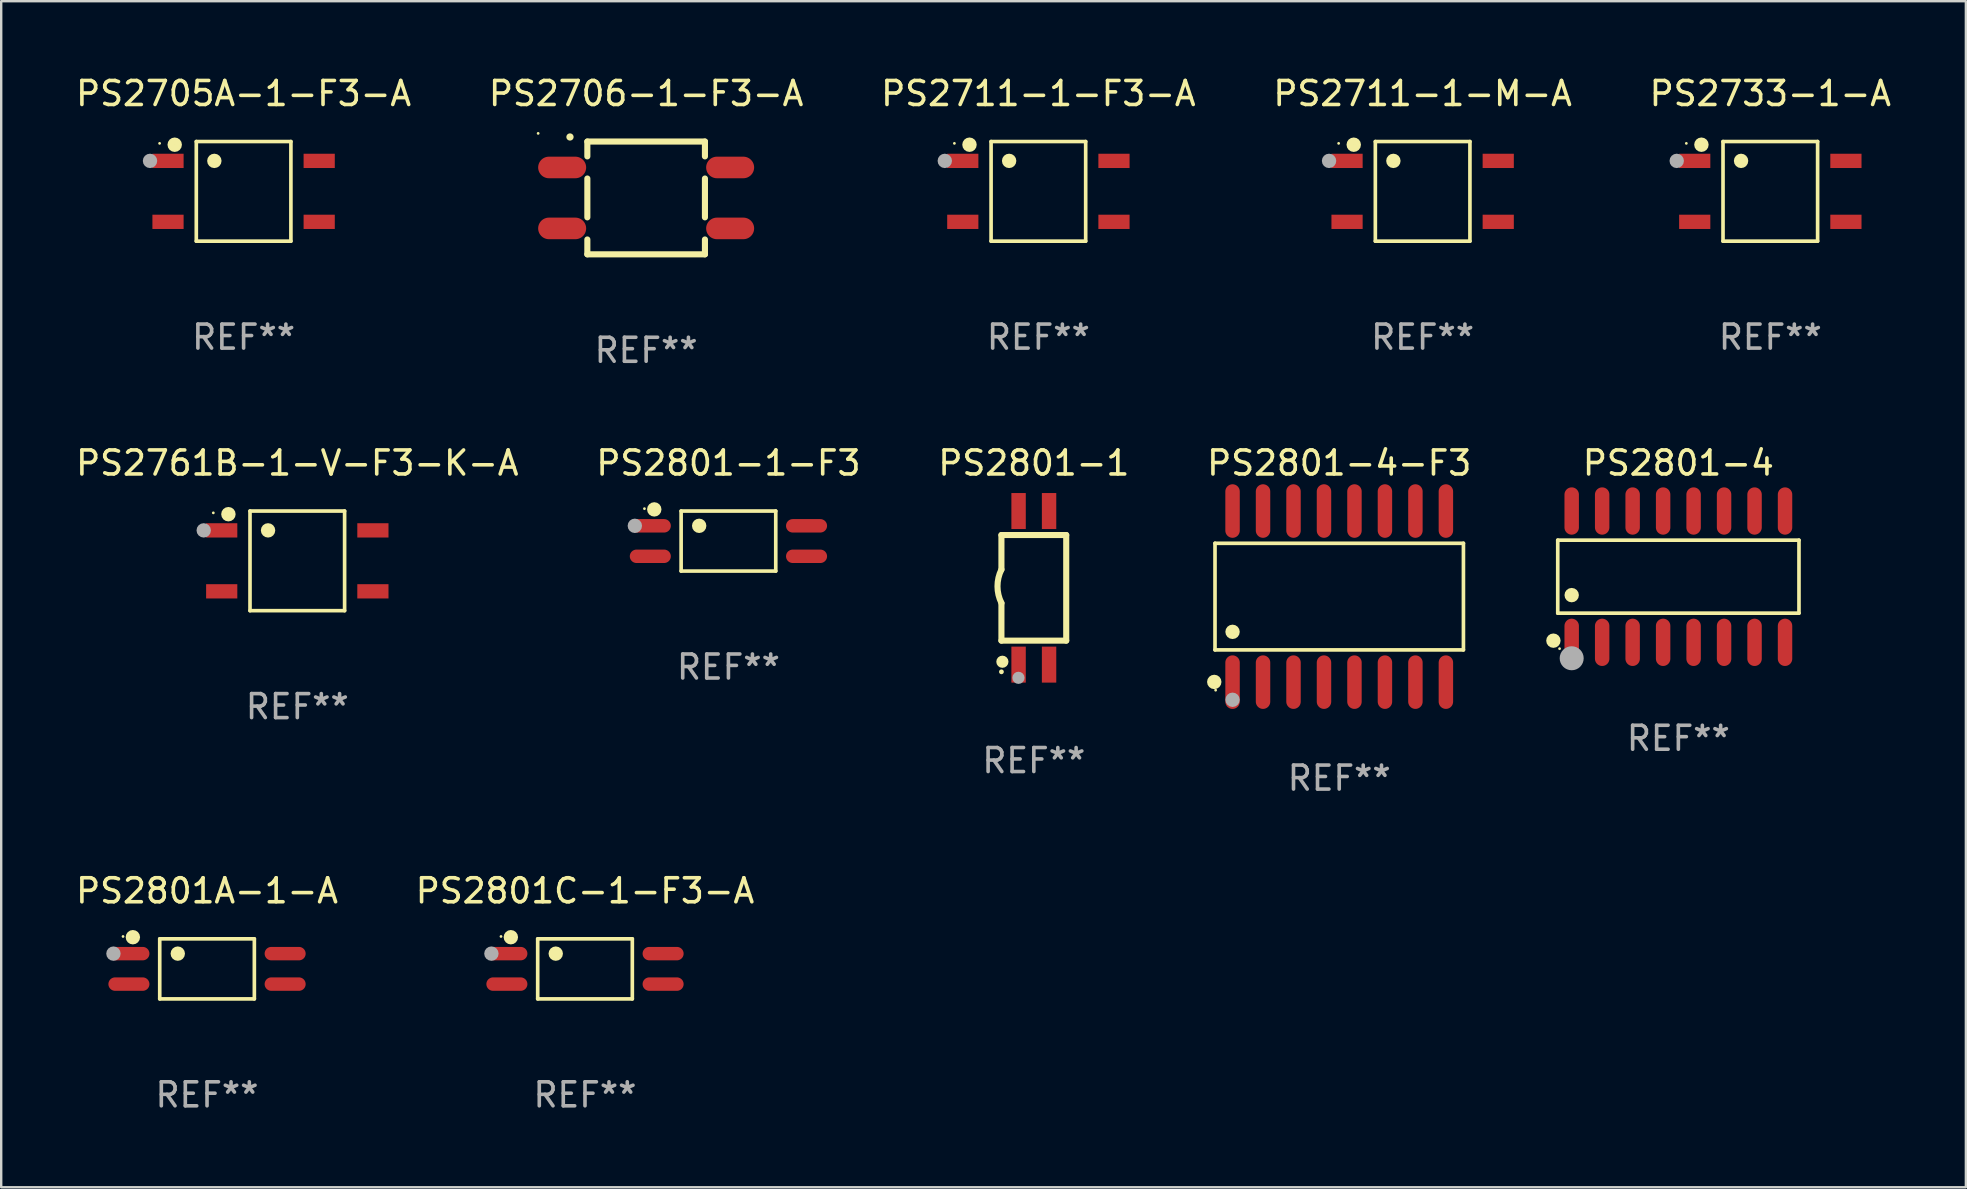
<source format=kicad_pcb>
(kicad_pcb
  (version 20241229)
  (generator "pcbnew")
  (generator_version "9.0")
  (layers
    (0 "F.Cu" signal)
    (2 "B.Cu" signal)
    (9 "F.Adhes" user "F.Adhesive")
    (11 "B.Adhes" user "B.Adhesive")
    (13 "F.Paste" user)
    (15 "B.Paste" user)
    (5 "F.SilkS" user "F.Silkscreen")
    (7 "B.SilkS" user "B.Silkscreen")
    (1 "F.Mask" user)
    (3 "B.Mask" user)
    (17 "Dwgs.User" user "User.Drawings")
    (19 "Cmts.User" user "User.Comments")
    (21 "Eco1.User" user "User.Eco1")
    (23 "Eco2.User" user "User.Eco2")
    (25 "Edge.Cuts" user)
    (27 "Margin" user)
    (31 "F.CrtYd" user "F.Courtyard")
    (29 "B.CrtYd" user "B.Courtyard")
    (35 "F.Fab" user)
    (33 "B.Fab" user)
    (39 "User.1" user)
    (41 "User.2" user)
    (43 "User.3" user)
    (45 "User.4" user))
  (footprint "PS2801-1"
    (layer "F.Cu")
    (at 40.03 21.445)
    (property "Reference" "PS2801-1" (at 0 -5.2 0) (layer "F.SilkS") (effects (font (size 1 1) (thickness 0.15))))
    (attr through_hole)
    (fp_line (start -1.35 2.2) (end -1.35 0.635) (stroke (width 0.254) (type solid)) (layer "F.SilkS"))
    (fp_line (start -1.35 -2.2) (end -1.35 -0.762) (stroke (width 0.254) (type solid)) (layer "F.SilkS"))
    (fp_line (start -1.35 -2.2) (end 1.35 -2.2) (stroke (width 0.254) (type solid)) (layer "F.SilkS"))
    (fp_line (start 1.35 -2.2) (end 1.35 2.2) (stroke (width 0.254) (type solid)) (layer "F.SilkS"))
    (fp_line (start 1.35 2.2) (end -1.35 2.2) (stroke (width 0.254) (type solid)) (layer "F.SilkS"))
    (fp_arc (start -1.348731 0.635001) (mid -1.51405 -0.063354) (end -1.349975 -0.762002) (stroke (width 0.254001) (type solid)) (layer "F.SilkS"))
    (fp_circle (center -1.35 3.5) (end -1.3 3.5) (stroke (width 0.1) (type solid)) (fill no) (layer "F.SilkS"))
    (fp_circle (center -1.31 3.08) (end -1.183 3.08) (stroke (width 0.254) (type solid)) (fill no) (layer "F.SilkS"))
    (fp_circle (center -0.64 3.75) (end -0.513 3.75) (stroke (width 0.254) (type solid)) (fill no) (layer "F.Fab"))
    (fp_text user "REF**" (at 0 7.2 0) (layer "F.Fab") (effects (font (size 1 1) (thickness 0.15))))
    (pad "1" smd rect (at -0.635 3.2 180) (size 0.6 1.5) (layers "F.Cu" "F.Mask" "F.Paste"))
    (pad "2" smd rect (at 0.635 3.2 180) (size 0.6 1.5) (layers "F.Cu" "F.Mask" "F.Paste"))
    (pad "3" smd rect (at 0.635 -3.2 180) (size 0.6 1.5) (layers "F.Cu" "F.Mask" "F.Paste"))
    (pad "4" smd rect (at -0.635 -3.2 180) (size 0.6 1.5) (layers "F.Cu" "F.Mask" "F.Paste")))
  (footprint "PS2801-4"
    (layer "F.Cu")
    (at 66.888 20.98)
    (property "Reference" "PS2801-4" (at 0 -4.736 0) (layer "F.SilkS") (effects (font (size 1 1) (thickness 0.15))))
    (attr through_hole)
    (fp_line (start -5.026 -1.521) (end 5.026 -1.521) (stroke (width 0.152) (type solid)) (layer "F.SilkS"))
    (fp_line (start -5.026 1.521) (end -5.026 -1.521) (stroke (width 0.152) (type solid)) (layer "F.SilkS"))
    (fp_line (start 5.026 -1.521) (end 5.026 1.521) (stroke (width 0.152) (type solid)) (layer "F.SilkS"))
    (fp_line (start 5.026 1.521) (end -5.026 1.521) (stroke (width 0.152) (type solid)) (layer "F.SilkS"))
    (fp_circle (center -5.207 2.667) (end -5.057 2.667) (stroke (width 0.3) (type solid)) (fill no) (layer "F.SilkS"))
    (fp_circle (center -4.95 3) (end -4.92 3) (stroke (width 0.06) (type solid)) (fill no) (layer "F.SilkS"))
    (fp_circle (center -4.445 0.769) (end -4.295 0.769) (stroke (width 0.3) (type solid)) (fill no) (layer "F.SilkS"))
    (fp_circle (center -4.445 3.4) (end -4.195 3.4) (stroke (width 0.5) (type solid)) (fill no) (layer "F.Fab"))
    (fp_text user "REF**" (at 0 6.736 0) (layer "F.Fab") (effects (font (size 1 1) (thickness 0.15))))
    (pad "1" smd oval (at -4.445 2.736) (size 0.602 1.971) (layers "F.Cu" "F.Mask" "F.Paste"))
    (pad "2" smd oval (at -3.175 2.736) (size 0.602 1.971) (layers "F.Cu" "F.Mask" "F.Paste"))
    (pad "3" smd oval (at -1.905 2.736) (size 0.602 1.971) (layers "F.Cu" "F.Mask" "F.Paste"))
    (pad "4" smd oval (at -0.635 2.736) (size 0.602 1.971) (layers "F.Cu" "F.Mask" "F.Paste"))
    (pad "5" smd oval (at 0.635 2.736) (size 0.602 1.971) (layers "F.Cu" "F.Mask" "F.Paste"))
    (pad "6" smd oval (at 1.905 2.736) (size 0.602 1.971) (layers "F.Cu" "F.Mask" "F.Paste"))
    (pad "7" smd oval (at 3.175 2.736) (size 0.602 1.971) (layers "F.Cu" "F.Mask" "F.Paste"))
    (pad "8" smd oval (at 4.445 2.736) (size 0.602 1.971) (layers "F.Cu" "F.Mask" "F.Paste"))
    (pad "9" smd oval (at 4.445 -2.736) (size 0.602 1.971) (layers "F.Cu" "F.Mask" "F.Paste"))
    (pad "10" smd oval (at 3.175 -2.736) (size 0.602 1.971) (layers "F.Cu" "F.Mask" "F.Paste"))
    (pad "11" smd oval (at 1.905 -2.736) (size 0.602 1.971) (layers "F.Cu" "F.Mask" "F.Paste"))
    (pad "12" smd oval (at 0.635 -2.736) (size 0.602 1.971) (layers "F.Cu" "F.Mask" "F.Paste"))
    (pad "13" smd oval (at -0.635 -2.736) (size 0.602 1.971) (layers "F.Cu" "F.Mask" "F.Paste"))
    (pad "14" smd oval (at -1.905 -2.736) (size 0.602 1.971) (layers "F.Cu" "F.Mask" "F.Paste"))
    (pad "15" smd oval (at -3.175 -2.736) (size 0.602 1.971) (layers "F.Cu" "F.Mask" "F.Paste"))
    (pad "16" smd oval (at -4.445 -2.736) (size 0.602 1.971) (layers "F.Cu" "F.Mask" "F.Paste")))
  (footprint "PS2801-1-F3"
    (layer "F.Cu")
    (at 27.304 19.496)
    (property "Reference" "PS2801-1-F3" (at 0 -3.251 0) (layer "F.SilkS") (effects (font (size 1 1) (thickness 0.15))))
    (attr through_hole)
    (fp_line (start -1.971 -1.251) (end 1.972 -1.251) (stroke (width 0.152) (type solid)) (layer "F.SilkS"))
    (fp_line (start -1.971 1.251) (end -1.971 -1.251) (stroke (width 0.152) (type solid)) (layer "F.SilkS"))
    (fp_line (start 1.972 -1.251) (end 1.972 1.251) (stroke (width 0.152) (type solid)) (layer "F.SilkS"))
    (fp_line (start 1.972 1.251) (end -1.971 1.251) (stroke (width 0.152) (type solid)) (layer "F.SilkS"))
    (fp_circle (center -3.5 -1.35) (end -3.47 -1.35) (stroke (width 0.06) (type solid)) (fill no) (layer "F.SilkS"))
    (fp_circle (center -3.09 -1.319) (end -2.94 -1.319) (stroke (width 0.3) (type solid)) (fill no) (layer "F.SilkS"))
    (fp_circle (center -1.219 -0.635) (end -1.069 -0.635) (stroke (width 0.3) (type solid)) (fill no) (layer "F.SilkS"))
    (fp_circle (center -3.9 -0.635) (end -3.75 -0.635) (stroke (width 0.3) (type solid)) (fill no) (layer "F.Fab"))
    (fp_text user "REF**" (at 0 5.251 0) (layer "F.Fab") (effects (font (size 1 1) (thickness 0.15))))
    (pad "1" smd oval (at -3.255 -0.635 270) (size 0.56 1.71) (layers "F.Cu" "F.Mask" "F.Paste"))
    (pad "2" smd oval (at -3.255 0.635 270) (size 0.56 1.71) (layers "F.Cu" "F.Mask" "F.Paste"))
    (pad "3" smd oval (at 3.255 0.635 270) (size 0.56 1.71) (layers "F.Cu" "F.Mask" "F.Paste"))
    (pad "4" smd oval (at 3.255 -0.635 270) (size 0.56 1.71) (layers "F.Cu" "F.Mask" "F.Paste")))
  (footprint "PS2706-1-F3-A"
    (layer "F.Cu")
    (at 23.875 5.198)
    (property "Reference" "PS2706-1-F3-A" (at 0 -4.35 0) (layer "F.SilkS") (effects (font (size 1 1) (thickness 0.15))))
    (attr through_hole)
    (fp_line (start -2.45 -2.35) (end -2.45 -1.731) (stroke (width 0.254) (type solid)) (layer "F.SilkS"))
    (fp_line (start -2.45 -0.809) (end -2.45 0.809) (stroke (width 0.254) (type solid)) (layer "F.SilkS"))
    (fp_line (start -2.45 1.731) (end -2.45 2.35) (stroke (width 0.254) (type solid)) (layer "F.SilkS"))
    (fp_line (start 2.45 -2.35) (end -2.45 -2.35) (stroke (width 0.254) (type solid)) (layer "F.SilkS"))
    (fp_line (start 2.45 -2.35) (end 2.45 -1.731) (stroke (width 0.254) (type solid)) (layer "F.SilkS"))
    (fp_line (start 2.45 -0.809) (end 2.45 0.809) (stroke (width 0.254) (type solid)) (layer "F.SilkS"))
    (fp_line (start 2.45 1.731) (end 2.45 2.35) (stroke (width 0.254) (type solid)) (layer "F.SilkS"))
    (fp_line (start 2.45 2.35) (end -2.45 2.35) (stroke (width 0.254) (type solid)) (layer "F.SilkS"))
    (fp_arc (start -3.174879 -2.540005) (mid -3.173609 -2.54001) (end -3.172339 -2.540005) (stroke (width 0.3) (type solid)) (layer "F.SilkS"))
    (fp_circle (center -4.5 -2.69) (end -4.47 -2.69) (stroke (width 0.06) (type solid)) (fill no) (layer "F.SilkS"))
    (fp_text user "REF**" (at 0 6.35 0) (layer "F.Fab") (effects (font (size 1 1) (thickness 0.15))))
    (pad "1" smd oval (at -3.5 -1.27 90) (size 0.9 2) (layers "F.Cu" "F.Mask" "F.Paste"))
    (pad "2" smd oval (at -3.5 1.27 90) (size 0.9 2) (layers "F.Cu" "F.Mask" "F.Paste"))
    (pad "3" smd oval (at 3.5 1.27 90) (size 0.9 2) (layers "F.Cu" "F.Mask" "F.Paste"))
    (pad "4" smd oval (at 3.5 -1.27 90) (size 0.9 2) (layers "F.Cu" "F.Mask" "F.Paste")))
  (footprint "PS2801-4-F3"
    (layer "F.Cu")
    (at 52.756 21.81)
    (property "Reference" "PS2801-4-F3" (at 0 -5.565 0) (layer "F.SilkS") (effects (font (size 1 1) (thickness 0.15))))
    (attr through_hole)
    (fp_line (start -5.176 -2.221) (end 5.176 -2.221) (stroke (width 0.152) (type solid)) (layer "F.SilkS"))
    (fp_line (start -5.176 2.221) (end -5.176 -2.221) (stroke (width 0.152) (type solid)) (layer "F.SilkS"))
    (fp_line (start 5.176 -2.221) (end 5.176 2.221) (stroke (width 0.152) (type solid)) (layer "F.SilkS"))
    (fp_line (start 5.176 2.221) (end -5.176 2.221) (stroke (width 0.152) (type solid)) (layer "F.SilkS"))
    (fp_circle (center -5.207 3.556) (end -5.057 3.556) (stroke (width 0.3) (type solid)) (fill no) (layer "F.SilkS"))
    (fp_circle (center -5.15 3.9) (end -5.12 3.9) (stroke (width 0.06) (type solid)) (fill no) (layer "F.SilkS"))
    (fp_circle (center -4.445 1.469) (end -4.295 1.469) (stroke (width 0.3) (type solid)) (fill no) (layer "F.SilkS"))
    (fp_circle (center -4.445 4.3) (end -4.295 4.3) (stroke (width 0.3) (type solid)) (fill no) (layer "F.Fab"))
    (fp_text user "REF**" (at 0 7.565 0) (layer "F.Fab") (effects (font (size 1 1) (thickness 0.15))))
    (pad "1" smd oval (at -4.445 3.565) (size 0.602 2.231) (layers "F.Cu" "F.Mask" "F.Paste"))
    (pad "2" smd oval (at -3.175 3.565) (size 0.602 2.231) (layers "F.Cu" "F.Mask" "F.Paste"))
    (pad "3" smd oval (at -1.905 3.565) (size 0.602 2.231) (layers "F.Cu" "F.Mask" "F.Paste"))
    (pad "4" smd oval (at -0.635 3.565) (size 0.602 2.231) (layers "F.Cu" "F.Mask" "F.Paste"))
    (pad "5" smd oval (at 0.635 3.565) (size 0.602 2.231) (layers "F.Cu" "F.Mask" "F.Paste"))
    (pad "6" smd oval (at 1.905 3.565) (size 0.602 2.231) (layers "F.Cu" "F.Mask" "F.Paste"))
    (pad "7" smd oval (at 3.175 3.565) (size 0.602 2.231) (layers "F.Cu" "F.Mask" "F.Paste"))
    (pad "8" smd oval (at 4.445 3.565) (size 0.602 2.231) (layers "F.Cu" "F.Mask" "F.Paste"))
    (pad "9" smd oval (at 4.445 -3.565) (size 0.602 2.231) (layers "F.Cu" "F.Mask" "F.Paste"))
    (pad "10" smd oval (at 3.175 -3.565) (size 0.602 2.231) (layers "F.Cu" "F.Mask" "F.Paste"))
    (pad "11" smd oval (at 1.905 -3.565) (size 0.602 2.231) (layers "F.Cu" "F.Mask" "F.Paste"))
    (pad "12" smd oval (at 0.635 -3.565) (size 0.602 2.231) (layers "F.Cu" "F.Mask" "F.Paste"))
    (pad "13" smd oval (at -0.635 -3.565) (size 0.602 2.231) (layers "F.Cu" "F.Mask" "F.Paste"))
    (pad "14" smd oval (at -1.905 -3.565) (size 0.602 2.231) (layers "F.Cu" "F.Mask" "F.Paste"))
    (pad "15" smd oval (at -3.175 -3.565) (size 0.602 2.231) (layers "F.Cu" "F.Mask" "F.Paste"))
    (pad "16" smd oval (at -4.445 -3.565) (size 0.602 2.231) (layers "F.Cu" "F.Mask" "F.Paste")))
  (footprint "PS2733-1-A"
    (layer "F.Cu")
    (at 70.72 4.924)
    (property "Reference" "PS2733-1-A" (at 0 -4.076 0) (layer "F.SilkS") (effects (font (size 1 1) (thickness 0.15))))
    (attr through_hole)
    (fp_line (start -1.971 -2.076) (end 1.971 -2.076) (stroke (width 0.152) (type solid)) (layer "F.SilkS"))
    (fp_line (start -1.971 2.076) (end -1.971 -2.076) (stroke (width 0.152) (type solid)) (layer "F.SilkS"))
    (fp_line (start 1.971 -2.076) (end 1.971 2.076) (stroke (width 0.152) (type solid)) (layer "F.SilkS"))
    (fp_line (start 1.971 2.076) (end -1.971 2.076) (stroke (width 0.152) (type solid)) (layer "F.SilkS"))
    (fp_circle (center -3.5 -2) (end -3.47 -2) (stroke (width 0.06) (type solid)) (fill no) (layer "F.SilkS"))
    (fp_circle (center -2.871 -1.944) (end -2.72 -1.944) (stroke (width 0.3) (type solid)) (fill no) (layer "F.SilkS"))
    (fp_circle (center -1.219 -1.27) (end -1.069 -1.27) (stroke (width 0.3) (type solid)) (fill no) (layer "F.SilkS"))
    (fp_circle (center -3.9 -1.27) (end -3.75 -1.27) (stroke (width 0.3) (type solid)) (fill no) (layer "F.Fab"))
    (fp_text user "REF**" (at 0 6.076 0) (layer "F.Fab") (effects (font (size 1 1) (thickness 0.15))))
    (pad "1" smd rect (at -3.15 -1.27 270) (size 0.595 1.3) (layers "F.Cu" "F.Mask" "F.Paste"))
    (pad "2" smd rect (at -3.15 1.27 270) (size 0.595 1.3) (layers "F.Cu" "F.Mask" "F.Paste"))
    (pad "3" smd rect (at 3.15 1.27 270) (size 0.595 1.3) (layers "F.Cu" "F.Mask" "F.Paste"))
    (pad "4" smd rect (at 3.15 -1.27 270) (size 0.595 1.3) (layers "F.Cu" "F.Mask" "F.Paste")))
  (footprint "PS2705A-1-F3-A"
    (layer "F.Cu")
    (at 7.101 4.924)
    (property "Reference" "PS2705A-1-F3-A" (at 0 -4.076 0) (layer "F.SilkS") (effects (font (size 1 1) (thickness 0.15))))
    (attr through_hole)
    (fp_line (start -1.971 -2.076) (end 1.971 -2.076) (stroke (width 0.152) (type solid)) (layer "F.SilkS"))
    (fp_line (start -1.971 2.076) (end -1.971 -2.076) (stroke (width 0.152) (type solid)) (layer "F.SilkS"))
    (fp_line (start 1.971 -2.076) (end 1.971 2.076) (stroke (width 0.152) (type solid)) (layer "F.SilkS"))
    (fp_line (start 1.971 2.076) (end -1.971 2.076) (stroke (width 0.152) (type solid)) (layer "F.SilkS"))
    (fp_circle (center -3.5 -2) (end -3.47 -2) (stroke (width 0.06) (type solid)) (fill no) (layer "F.SilkS"))
    (fp_circle (center -2.871 -1.944) (end -2.72 -1.944) (stroke (width 0.3) (type solid)) (fill no) (layer "F.SilkS"))
    (fp_circle (center -1.219 -1.27) (end -1.069 -1.27) (stroke (width 0.3) (type solid)) (fill no) (layer "F.SilkS"))
    (fp_circle (center -3.9 -1.27) (end -3.75 -1.27) (stroke (width 0.3) (type solid)) (fill no) (layer "F.Fab"))
    (fp_text user "REF**" (at 0 6.076 0) (layer "F.Fab") (effects (font (size 1 1) (thickness 0.15))))
    (pad "1" smd rect (at -3.15 -1.27 270) (size 0.595 1.3) (layers "F.Cu" "F.Mask" "F.Paste"))
    (pad "2" smd rect (at -3.15 1.27 270) (size 0.595 1.3) (layers "F.Cu" "F.Mask" "F.Paste"))
    (pad "3" smd rect (at 3.15 1.27 270) (size 0.595 1.3) (layers "F.Cu" "F.Mask" "F.Paste"))
    (pad "4" smd rect (at 3.15 -1.27 270) (size 0.595 1.3) (layers "F.Cu" "F.Mask" "F.Paste")))
  (footprint "PS2801C-1-F3-A"
    (layer "F.Cu")
    (at 21.327 37.323)
    (property "Reference" "PS2801C-1-F3-A" (at 0 -3.251 0) (layer "F.SilkS") (effects (font (size 1 1) (thickness 0.15))))
    (attr through_hole)
    (fp_line (start -1.971 -1.251) (end 1.972 -1.251) (stroke (width 0.152) (type solid)) (layer "F.SilkS"))
    (fp_line (start -1.971 1.251) (end -1.971 -1.251) (stroke (width 0.152) (type solid)) (layer "F.SilkS"))
    (fp_line (start 1.972 -1.251) (end 1.972 1.251) (stroke (width 0.152) (type solid)) (layer "F.SilkS"))
    (fp_line (start 1.972 1.251) (end -1.971 1.251) (stroke (width 0.152) (type solid)) (layer "F.SilkS"))
    (fp_circle (center -3.5 -1.35) (end -3.47 -1.35) (stroke (width 0.06) (type solid)) (fill no) (layer "F.SilkS"))
    (fp_circle (center -3.09 -1.319) (end -2.94 -1.319) (stroke (width 0.3) (type solid)) (fill no) (layer "F.SilkS"))
    (fp_circle (center -1.219 -0.635) (end -1.069 -0.635) (stroke (width 0.3) (type solid)) (fill no) (layer "F.SilkS"))
    (fp_circle (center -3.9 -0.635) (end -3.75 -0.635) (stroke (width 0.3) (type solid)) (fill no) (layer "F.Fab"))
    (fp_text user "REF**" (at 0 5.251 0) (layer "F.Fab") (effects (font (size 1 1) (thickness 0.15))))
    (pad "1" smd oval (at -3.255 -0.635 270) (size 0.56 1.71) (layers "F.Cu" "F.Mask" "F.Paste"))
    (pad "2" smd oval (at -3.255 0.635 270) (size 0.56 1.71) (layers "F.Cu" "F.Mask" "F.Paste"))
    (pad "3" smd oval (at 3.255 0.635 270) (size 0.56 1.71) (layers "F.Cu" "F.Mask" "F.Paste"))
    (pad "4" smd oval (at 3.255 -0.635 270) (size 0.56 1.71) (layers "F.Cu" "F.Mask" "F.Paste")))
  (footprint "PS2711-1-F3-A"
    (layer "F.Cu")
    (at 40.22 4.924)
    (property "Reference" "PS2711-1-F3-A" (at 0 -4.076 0) (layer "F.SilkS") (effects (font (size 1 1) (thickness 0.15))))
    (attr through_hole)
    (fp_line (start -1.971 -2.076) (end 1.971 -2.076) (stroke (width 0.152) (type solid)) (layer "F.SilkS"))
    (fp_line (start -1.971 2.076) (end -1.971 -2.076) (stroke (width 0.152) (type solid)) (layer "F.SilkS"))
    (fp_line (start 1.971 -2.076) (end 1.971 2.076) (stroke (width 0.152) (type solid)) (layer "F.SilkS"))
    (fp_line (start 1.971 2.076) (end -1.971 2.076) (stroke (width 0.152) (type solid)) (layer "F.SilkS"))
    (fp_circle (center -3.5 -2) (end -3.47 -2) (stroke (width 0.06) (type solid)) (fill no) (layer "F.SilkS"))
    (fp_circle (center -2.871 -1.944) (end -2.72 -1.944) (stroke (width 0.3) (type solid)) (fill no) (layer "F.SilkS"))
    (fp_circle (center -1.219 -1.27) (end -1.069 -1.27) (stroke (width 0.3) (type solid)) (fill no) (layer "F.SilkS"))
    (fp_circle (center -3.9 -1.27) (end -3.75 -1.27) (stroke (width 0.3) (type solid)) (fill no) (layer "F.Fab"))
    (fp_text user "REF**" (at 0 6.076 0) (layer "F.Fab") (effects (font (size 1 1) (thickness 0.15))))
    (pad "1" smd rect (at -3.15 -1.27 270) (size 0.595 1.3) (layers "F.Cu" "F.Mask" "F.Paste"))
    (pad "2" smd rect (at -3.15 1.27 270) (size 0.595 1.3) (layers "F.Cu" "F.Mask" "F.Paste"))
    (pad "3" smd rect (at 3.15 1.27 270) (size 0.595 1.3) (layers "F.Cu" "F.Mask" "F.Paste"))
    (pad "4" smd rect (at 3.15 -1.27 270) (size 0.595 1.3) (layers "F.Cu" "F.Mask" "F.Paste")))
  (footprint "PS2761B-1-V-F3-K-A"
    (layer "F.Cu")
    (at 9.339 20.321)
    (property "Reference" "PS2761B-1-V-F3-K-A" (at 0 -4.076 0) (layer "F.SilkS") (effects (font (size 1 1) (thickness 0.15))))
    (attr through_hole)
    (fp_line (start -1.971 -2.076) (end 1.971 -2.076) (stroke (width 0.152) (type solid)) (layer "F.SilkS"))
    (fp_line (start -1.971 2.076) (end -1.971 -2.076) (stroke (width 0.152) (type solid)) (layer "F.SilkS"))
    (fp_line (start 1.971 -2.076) (end 1.971 2.076) (stroke (width 0.152) (type solid)) (layer "F.SilkS"))
    (fp_line (start 1.971 2.076) (end -1.971 2.076) (stroke (width 0.152) (type solid)) (layer "F.SilkS"))
    (fp_circle (center -3.5 -2) (end -3.47 -2) (stroke (width 0.06) (type solid)) (fill no) (layer "F.SilkS"))
    (fp_circle (center -2.871 -1.944) (end -2.72 -1.944) (stroke (width 0.3) (type solid)) (fill no) (layer "F.SilkS"))
    (fp_circle (center -1.219 -1.27) (end -1.069 -1.27) (stroke (width 0.3) (type solid)) (fill no) (layer "F.SilkS"))
    (fp_circle (center -3.9 -1.27) (end -3.75 -1.27) (stroke (width 0.3) (type solid)) (fill no) (layer "F.Fab"))
    (fp_text user "REF**" (at 0 6.076 0) (layer "F.Fab") (effects (font (size 1 1) (thickness 0.15))))
    (pad "1" smd rect (at -3.15 -1.27 270) (size 0.595 1.3) (layers "F.Cu" "F.Mask" "F.Paste"))
    (pad "2" smd rect (at -3.15 1.27 270) (size 0.595 1.3) (layers "F.Cu" "F.Mask" "F.Paste"))
    (pad "3" smd rect (at 3.15 1.27 270) (size 0.595 1.3) (layers "F.Cu" "F.Mask" "F.Paste"))
    (pad "4" smd rect (at 3.15 -1.27 270) (size 0.595 1.3) (layers "F.Cu" "F.Mask" "F.Paste")))
  (footprint "PS2801A-1-A"
    (layer "F.Cu")
    (at 5.577 37.323)
    (property "Reference" "PS2801A-1-A" (at 0 -3.251 0) (layer "F.SilkS") (effects (font (size 1 1) (thickness 0.15))))
    (attr through_hole)
    (fp_line (start -1.971 -1.251) (end 1.972 -1.251) (stroke (width 0.152) (type solid)) (layer "F.SilkS"))
    (fp_line (start -1.971 1.251) (end -1.971 -1.251) (stroke (width 0.152) (type solid)) (layer "F.SilkS"))
    (fp_line (start 1.972 -1.251) (end 1.972 1.251) (stroke (width 0.152) (type solid)) (layer "F.SilkS"))
    (fp_line (start 1.972 1.251) (end -1.971 1.251) (stroke (width 0.152) (type solid)) (layer "F.SilkS"))
    (fp_circle (center -3.5 -1.35) (end -3.47 -1.35) (stroke (width 0.06) (type solid)) (fill no) (layer "F.SilkS"))
    (fp_circle (center -3.09 -1.319) (end -2.94 -1.319) (stroke (width 0.3) (type solid)) (fill no) (layer "F.SilkS"))
    (fp_circle (center -1.219 -0.635) (end -1.069 -0.635) (stroke (width 0.3) (type solid)) (fill no) (layer "F.SilkS"))
    (fp_circle (center -3.9 -0.635) (end -3.75 -0.635) (stroke (width 0.3) (type solid)) (fill no) (layer "F.Fab"))
    (fp_text user "REF**" (at 0 5.251 0) (layer "F.Fab") (effects (font (size 1 1) (thickness 0.15))))
    (pad "1" smd oval (at -3.255 -0.635 270) (size 0.56 1.71) (layers "F.Cu" "F.Mask" "F.Paste"))
    (pad "2" smd oval (at -3.255 0.635 270) (size 0.56 1.71) (layers "F.Cu" "F.Mask" "F.Paste"))
    (pad "3" smd oval (at 3.255 0.635 270) (size 0.56 1.71) (layers "F.Cu" "F.Mask" "F.Paste"))
    (pad "4" smd oval (at 3.255 -0.635 270) (size 0.56 1.71) (layers "F.Cu" "F.Mask" "F.Paste")))
  (footprint "PS2711-1-M-A"
    (layer "F.Cu")
    (at 56.232 4.924)
    (property "Reference" "PS2711-1-M-A" (at 0 -4.076 0) (layer "F.SilkS") (effects (font (size 1 1) (thickness 0.15))))
    (attr through_hole)
    (fp_line (start -1.971 -2.076) (end 1.971 -2.076) (stroke (width 0.152) (type solid)) (layer "F.SilkS"))
    (fp_line (start -1.971 2.076) (end -1.971 -2.076) (stroke (width 0.152) (type solid)) (layer "F.SilkS"))
    (fp_line (start 1.971 -2.076) (end 1.971 2.076) (stroke (width 0.152) (type solid)) (layer "F.SilkS"))
    (fp_line (start 1.971 2.076) (end -1.971 2.076) (stroke (width 0.152) (type solid)) (layer "F.SilkS"))
    (fp_circle (center -3.5 -2) (end -3.47 -2) (stroke (width 0.06) (type solid)) (fill no) (layer "F.SilkS"))
    (fp_circle (center -2.871 -1.944) (end -2.72 -1.944) (stroke (width 0.3) (type solid)) (fill no) (layer "F.SilkS"))
    (fp_circle (center -1.219 -1.27) (end -1.069 -1.27) (stroke (width 0.3) (type solid)) (fill no) (layer "F.SilkS"))
    (fp_circle (center -3.9 -1.27) (end -3.75 -1.27) (stroke (width 0.3) (type solid)) (fill no) (layer "F.Fab"))
    (fp_text user "REF**" (at 0 6.076 0) (layer "F.Fab") (effects (font (size 1 1) (thickness 0.15))))
    (pad "1" smd rect (at -3.15 -1.27 270) (size 0.595 1.3) (layers "F.Cu" "F.Mask" "F.Paste"))
    (pad "2" smd rect (at -3.15 1.27 270) (size 0.595 1.3) (layers "F.Cu" "F.Mask" "F.Paste"))
    (pad "3" smd rect (at 3.15 1.27 270) (size 0.595 1.3) (layers "F.Cu" "F.Mask" "F.Paste"))
    (pad "4" smd rect (at 3.15 -1.27 270) (size 0.595 1.3) (layers "F.Cu" "F.Mask" "F.Paste")))
  (gr_rect
    (start -3 -3)
    (end 78.869 46.423)
    (stroke (width 0.1) (type default))
    (fill no)
    (layer "Edge.Cuts")))
</source>
